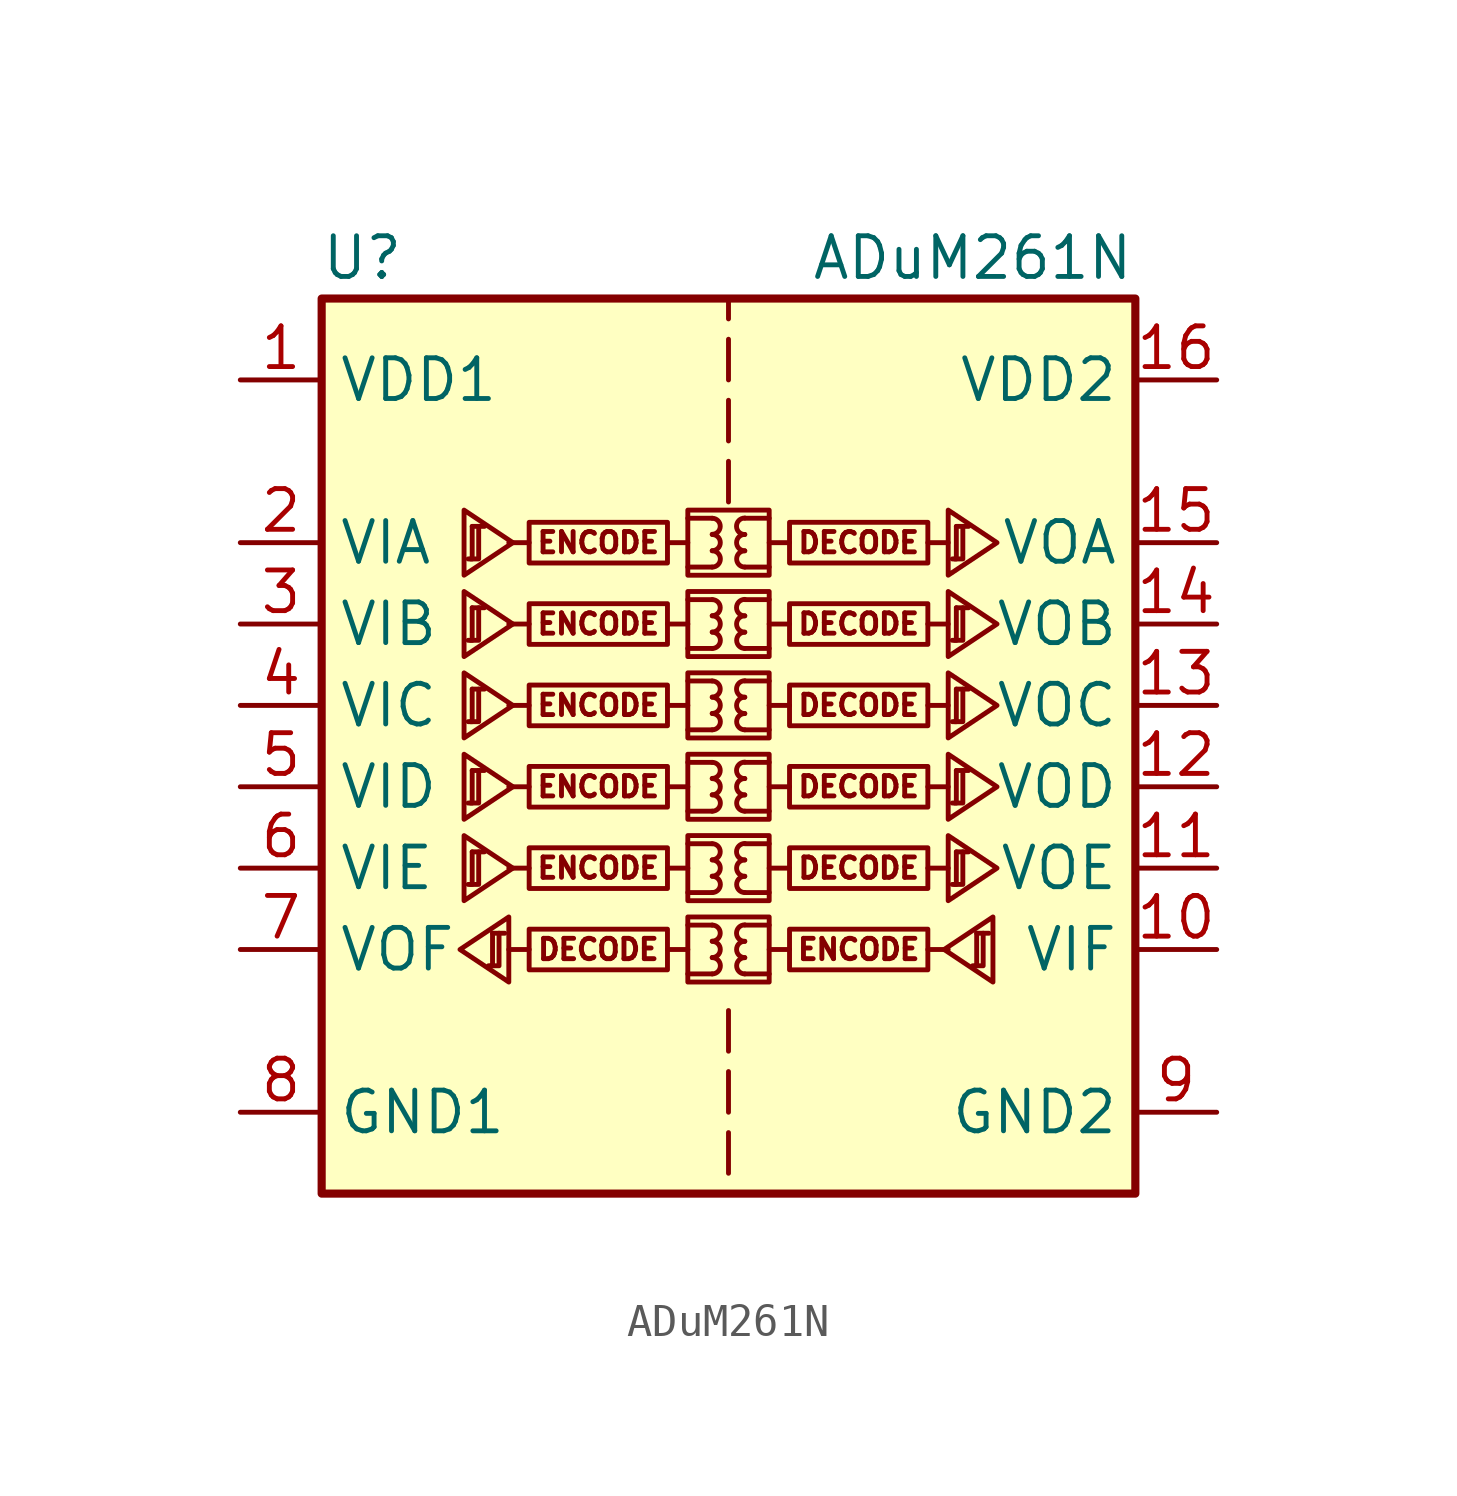
<source format=kicad_sym>
(kicad_symbol_lib
  (version 20201005)
  (generator kicad_symbol_editor)
  (symbol "ADuM261N"
    (property "Reference" "U"
      (at -11.43 16.51 0)
      (effects (font (size 1.27 1.27))))
    (property "Value" "ADuM261N"
      (at 7.62 16.51 0)
      (effects (font (size 1.27 1.27))))
    (symbol "ADuM261N_1_0"
      (arc (start -0.508 -5.842) (end -0.508 -5.334) (radius (at -0.508 -5.588) (length 0.254) (angles -89.9 89.9)) (stroke (width 0)) (fill (type none)))
      (arc (start -0.508 -5.334) (end -0.508 -4.826) (radius (at -0.508 -5.08) (length 0.254) (angles -89.9 89.9)) (stroke (width 0)) (fill (type none)))
      (arc (start -0.508 -4.826) (end -0.508 -4.318) (radius (at -0.508 -4.572) (length 0.254) (angles -89.9 89.9)) (stroke (width 0)) (fill (type none)))
      (arc (start -0.508 -3.302) (end -0.508 -2.794) (radius (at -0.508 -3.048) (length 0.254) (angles -89.9 89.9)) (stroke (width 0)) (fill (type none)))
      (arc (start -0.508 -2.794) (end -0.508 -2.286) (radius (at -0.508 -2.54) (length 0.254) (angles -89.9 89.9)) (stroke (width 0)) (fill (type none)))
      (arc (start -0.508 -2.286) (end -0.508 -1.778) (radius (at -0.508 -2.032) (length 0.254) (angles -89.9 89.9)) (stroke (width 0)) (fill (type none)))
      (arc (start -0.508 -0.762) (end -0.508 -0.254) (radius (at -0.508 -0.508) (length 0.254) (angles -89.9 89.9)) (stroke (width 0)) (fill (type none)))
      (arc (start -0.508 -0.254) (end -0.508 0.254) (radius (at -0.508 0) (length 0.254) (angles -89.9 89.9)) (stroke (width 0)) (fill (type none)))
      (arc (start -0.508 0.254) (end -0.508 0.762) (radius (at -0.508 0.508) (length 0.254) (angles -89.9 89.9)) (stroke (width 0)) (fill (type none)))
      (arc (start -0.508 1.778) (end -0.508 2.286) (radius (at -0.508 2.032) (length 0.254) (angles -89.9 89.9)) (stroke (width 0)) (fill (type none)))
      (arc (start -0.508 2.286) (end -0.508 2.794) (radius (at -0.508 2.54) (length 0.254) (angles -89.9 89.9)) (stroke (width 0)) (fill (type none)))
      (arc (start -0.508 2.794) (end -0.508 3.302) (radius (at -0.508 3.048) (length 0.254) (angles -89.9 89.9)) (stroke (width 0)) (fill (type none)))
      (arc (start -0.508 4.318) (end -0.508 4.826) (radius (at -0.508 4.572) (length 0.254) (angles -89.9 89.9)) (stroke (width 0)) (fill (type none)))
      (arc (start -0.508 4.826) (end -0.508 5.334) (radius (at -0.508 5.08) (length 0.254) (angles -89.9 89.9)) (stroke (width 0)) (fill (type none)))
      (arc (start -0.508 5.334) (end -0.508 5.842) (radius (at -0.508 5.588) (length 0.254) (angles -89.9 89.9)) (stroke (width 0)) (fill (type none)))
      (arc (start -0.508 6.858) (end -0.508 7.366) (radius (at -0.508 7.112) (length 0.254) (angles -89.9 89.9)) (stroke (width 0)) (fill (type none)))
      (arc (start -0.508 7.366) (end -0.508 7.874) (radius (at -0.508 7.62) (length 0.254) (angles -89.9 89.9)) (stroke (width 0)) (fill (type none)))
      (arc (start -0.508 7.874) (end -0.508 8.382) (radius (at -0.508 8.128) (length 0.254) (angles -89.9 89.9)) (stroke (width 0)) (fill (type none)))
      (arc (start 0.508 -5.334) (end 0.508 -5.842) (radius (at 0.508 -5.588) (length 0.254) (angles 90.1 -90.1)) (stroke (width 0)) (fill (type none)))
      (arc (start 0.508 -4.826) (end 0.508 -5.334) (radius (at 0.508 -5.08) (length 0.254) (angles 90.1 -90.1)) (stroke (width 0)) (fill (type none)))
      (arc (start 0.508 -4.318) (end 0.508 -4.826) (radius (at 0.508 -4.572) (length 0.254) (angles 90.1 -90.1)) (stroke (width 0)) (fill (type none)))
      (arc (start 0.508 -2.794) (end 0.508 -3.302) (radius (at 0.508 -3.048) (length 0.254) (angles 90.1 -90.1)) (stroke (width 0)) (fill (type none)))
      (arc (start 0.508 -2.286) (end 0.508 -2.794) (radius (at 0.508 -2.54) (length 0.254) (angles 90.1 -90.1)) (stroke (width 0)) (fill (type none)))
      (arc (start 0.508 -1.778) (end 0.508 -2.286) (radius (at 0.508 -2.032) (length 0.254) (angles 90.1 -90.1)) (stroke (width 0)) (fill (type none)))
      (arc (start 0.508 -0.254) (end 0.508 -0.762) (radius (at 0.508 -0.508) (length 0.254) (angles 90.1 -90.1)) (stroke (width 0)) (fill (type none)))
      (arc (start 0.508 0.254) (end 0.508 -0.254) (radius (at 0.508 0) (length 0.254) (angles 90.1 -90.1)) (stroke (width 0)) (fill (type none)))
      (arc (start 0.508 0.762) (end 0.508 0.254) (radius (at 0.508 0.508) (length 0.254) (angles 90.1 -90.1)) (stroke (width 0)) (fill (type none)))
      (arc (start 0.508 2.286) (end 0.508 1.778) (radius (at 0.508 2.032) (length 0.254) (angles 90.1 -90.1)) (stroke (width 0)) (fill (type none)))
      (arc (start 0.508 2.794) (end 0.508 2.286) (radius (at 0.508 2.54) (length 0.254) (angles 90.1 -90.1)) (stroke (width 0)) (fill (type none)))
      (arc (start 0.508 3.302) (end 0.508 2.794) (radius (at 0.508 3.048) (length 0.254) (angles 90.1 -90.1)) (stroke (width 0)) (fill (type none)))
      (arc (start 0.508 4.826) (end 0.508 4.318) (radius (at 0.508 4.572) (length 0.254) (angles 90.1 -90.1)) (stroke (width 0)) (fill (type none)))
      (arc (start 0.508 5.334) (end 0.508 4.826) (radius (at 0.508 5.08) (length 0.254) (angles 90.1 -90.1)) (stroke (width 0)) (fill (type none)))
      (arc (start 0.508 5.842) (end 0.508 5.334) (radius (at 0.508 5.588) (length 0.254) (angles 90.1 -90.1)) (stroke (width 0)) (fill (type none)))
      (arc (start 0.508 7.366) (end 0.508 6.858) (radius (at 0.508 7.112) (length 0.254) (angles 90.1 -90.1)) (stroke (width 0)) (fill (type none)))
      (arc (start 0.508 7.874) (end 0.508 7.366) (radius (at 0.508 7.62) (length 0.254) (angles 90.1 -90.1)) (stroke (width 0)) (fill (type none)))
      (arc (start 0.508 8.382) (end 0.508 7.874) (radius (at 0.508 8.128) (length 0.254) (angles 90.1 -90.1)) (stroke (width 0)) (fill (type none)))
      (text "DECODE" (at -4.064 -5.08 0) (effects (font (size 0.635 0.635))))
      (text "DECODE" (at 4.064 -2.54 0) (effects (font (size 0.635 0.635))))
      (text "DECODE" (at 4.064 0 0) (effects (font (size 0.635 0.635))))
      (text "DECODE" (at 4.064 2.54 0) (effects (font (size 0.635 0.635))))
      (text "DECODE" (at 4.064 5.08 0) (effects (font (size 0.635 0.635))))
      (text "DECODE" (at 4.064 7.62 0) (effects (font (size 0.635 0.635))))
      (text "ENCODE" (at -4.064 -2.54 0) (effects (font (size 0.635 0.635))))
      (text "ENCODE" (at -4.064 0 0) (effects (font (size 0.635 0.635))))
      (text "ENCODE" (at -4.064 2.54 0) (effects (font (size 0.635 0.635))))
      (text "ENCODE" (at -4.064 5.08 0) (effects (font (size 0.635 0.635))))
      (text "ENCODE" (at -4.064 7.62 0) (effects (font (size 0.635 0.635))))
      (text "ENCODE" (at 4.064 -5.08 0) (effects (font (size 0.635 0.635))))
      (rectangle (start -1.27 -4.064) (end 1.27 -6.096) (stroke (width 0)) (fill (type none)))
      (rectangle (start -1.27 -1.524) (end 1.27 -3.556) (stroke (width 0)) (fill (type none)))
      (rectangle (start -1.27 1.016) (end 1.27 -1.016) (stroke (width 0)) (fill (type none)))
      (rectangle (start -1.27 3.556) (end 1.27 1.524) (stroke (width 0)) (fill (type none)))
      (rectangle (start -1.27 6.096) (end 1.27 4.064) (stroke (width 0)) (fill (type none)))
      (rectangle (start -1.27 8.636) (end 1.27 6.604) (stroke (width 0)) (fill (type none)))
      (rectangle (start 1.905 -4.445) (end 6.223 -5.715) (stroke (width 0)) (fill (type none)))
      (rectangle (start 1.905 -1.905) (end 6.223 -3.175) (stroke (width 0)) (fill (type none)))
      (rectangle (start 1.905 0.635) (end 6.223 -0.635) (stroke (width 0)) (fill (type none)))
      (rectangle (start 1.905 3.175) (end 6.223 1.905) (stroke (width 0)) (fill (type none)))
      (rectangle (start 1.905 5.715) (end 6.223 4.445) (stroke (width 0)) (fill (type none)))
      (rectangle (start 1.905 8.255) (end 6.223 6.985) (stroke (width 0)) (fill (type none)))
      (polyline (pts (xy -6.223 -5.08) (xy -6.858 -5.08)) (stroke (width 0)) (fill (type none)))
      (polyline (pts (xy -6.223 -2.54) (xy -6.858 -2.54)) (stroke (width 0)) (fill (type none)))
      (polyline (pts (xy -6.223 0) (xy -6.858 0)) (stroke (width 0)) (fill (type none)))
      (polyline (pts (xy -6.223 2.54) (xy -6.858 2.54)) (stroke (width 0)) (fill (type none)))
      (polyline (pts (xy -6.223 5.08) (xy -6.858 5.08)) (stroke (width 0)) (fill (type none)))
      (polyline (pts (xy -6.223 7.62) (xy -6.858 7.62)) (stroke (width 0)) (fill (type none)))
      (polyline (pts (xy -1.905 -5.08) (xy -1.27 -5.08)) (stroke (width 0)) (fill (type none)))
      (polyline (pts (xy -1.905 -2.54) (xy -1.27 -2.54)) (stroke (width 0)) (fill (type none)))
      (polyline (pts (xy -1.905 0) (xy -1.27 0)) (stroke (width 0)) (fill (type none)))
      (polyline (pts (xy -1.905 2.54) (xy -1.27 2.54)) (stroke (width 0)) (fill (type none)))
      (polyline (pts (xy -1.905 5.08) (xy -1.27 5.08)) (stroke (width 0)) (fill (type none)))
      (polyline (pts (xy -1.905 7.62) (xy -1.27 7.62)) (stroke (width 0)) (fill (type none)))
      (polyline (pts (xy -1.27 -5.842) (xy -0.508 -5.842)) (stroke (width 0)) (fill (type none)))
      (polyline (pts (xy -1.27 -4.318) (xy -0.508 -4.318)) (stroke (width 0)) (fill (type none)))
      (polyline (pts (xy -1.27 -3.302) (xy -0.508 -3.302)) (stroke (width 0)) (fill (type none)))
      (polyline (pts (xy -1.27 -1.778) (xy -0.508 -1.778)) (stroke (width 0)) (fill (type none)))
      (polyline (pts (xy -1.27 -0.762) (xy -0.508 -0.762)) (stroke (width 0)) (fill (type none)))
      (polyline (pts (xy -1.27 0.762) (xy -0.508 0.762)) (stroke (width 0)) (fill (type none)))
      (polyline (pts (xy -1.27 1.778) (xy -0.508 1.778)) (stroke (width 0)) (fill (type none)))
      (polyline (pts (xy -1.27 3.302) (xy -0.508 3.302)) (stroke (width 0)) (fill (type none)))
      (polyline (pts (xy -1.27 4.318) (xy -0.508 4.318)) (stroke (width 0)) (fill (type none)))
      (polyline (pts (xy -1.27 5.842) (xy -0.508 5.842)) (stroke (width 0)) (fill (type none)))
      (polyline (pts (xy -1.27 6.858) (xy -0.508 6.858)) (stroke (width 0)) (fill (type none)))
      (polyline (pts (xy -1.27 8.382) (xy -0.508 8.382)) (stroke (width 0)) (fill (type none)))
      (polyline (pts (xy 0 -10.795) (xy 0 -12.065)) (stroke (width 0)) (fill (type none)))
      (polyline (pts (xy 0 -8.89) (xy 0 -10.16)) (stroke (width 0)) (fill (type none)))
      (polyline (pts (xy 0 -6.985) (xy 0 -8.255)) (stroke (width 0)) (fill (type none)))
      (polyline (pts (xy 0 8.89) (xy 0 10.16)) (stroke (width 0)) (fill (type none)))
      (polyline (pts (xy 0 12.065) (xy 0 10.795)) (stroke (width 0)) (fill (type none)))
      (polyline (pts (xy 0 13.97) (xy 0 12.7)) (stroke (width 0)) (fill (type none)))
      (polyline (pts (xy 0 14.605) (xy 0 15.24)) (stroke (width 0)) (fill (type none)))
      (polyline (pts (xy 1.27 -5.842) (xy 0.508 -5.842)) (stroke (width 0)) (fill (type none)))
      (polyline (pts (xy 1.27 -4.318) (xy 0.508 -4.318)) (stroke (width 0)) (fill (type none)))
      (polyline (pts (xy 1.27 -3.302) (xy 0.508 -3.302)) (stroke (width 0)) (fill (type none)))
      (polyline (pts (xy 1.27 -1.778) (xy 0.508 -1.778)) (stroke (width 0)) (fill (type none)))
      (polyline (pts (xy 1.27 -0.762) (xy 0.508 -0.762)) (stroke (width 0)) (fill (type none)))
      (polyline (pts (xy 1.27 0.762) (xy 0.508 0.762)) (stroke (width 0)) (fill (type none)))
      (polyline (pts (xy 1.27 1.778) (xy 0.508 1.778)) (stroke (width 0)) (fill (type none)))
      (polyline (pts (xy 1.27 3.302) (xy 0.508 3.302)) (stroke (width 0)) (fill (type none)))
      (polyline (pts (xy 1.27 4.318) (xy 0.508 4.318)) (stroke (width 0)) (fill (type none)))
      (polyline (pts (xy 1.27 5.842) (xy 0.508 5.842)) (stroke (width 0)) (fill (type none)))
      (polyline (pts (xy 1.27 6.858) (xy 0.508 6.858)) (stroke (width 0)) (fill (type none)))
      (polyline (pts (xy 1.27 8.382) (xy 0.508 8.382)) (stroke (width 0)) (fill (type none)))
      (polyline (pts (xy 1.905 -5.08) (xy 1.27 -5.08)) (stroke (width 0)) (fill (type none)))
      (polyline (pts (xy 1.905 -2.54) (xy 1.27 -2.54)) (stroke (width 0)) (fill (type none)))
      (polyline (pts (xy 1.905 0) (xy 1.27 0)) (stroke (width 0)) (fill (type none)))
      (polyline (pts (xy 1.905 2.54) (xy 1.27 2.54)) (stroke (width 0)) (fill (type none)))
      (polyline (pts (xy 1.905 5.08) (xy 1.27 5.08)) (stroke (width 0)) (fill (type none)))
      (polyline (pts (xy 1.905 7.62) (xy 1.27 7.62)) (stroke (width 0)) (fill (type none)))
      (polyline (pts (xy 6.223 -5.08) (xy 6.858 -5.08)) (stroke (width 0)) (fill (type none)))
      (polyline (pts (xy 6.223 -2.54) (xy 6.858 -2.54)) (stroke (width 0)) (fill (type none)))
      (polyline (pts (xy 6.223 0) (xy 6.858 0)) (stroke (width 0)) (fill (type none)))
      (polyline (pts (xy 6.223 2.54) (xy 6.858 2.54)) (stroke (width 0)) (fill (type none)))
      (polyline (pts (xy 6.223 5.08) (xy 6.858 5.08)) (stroke (width 0)) (fill (type none)))
      (polyline (pts (xy 6.223 7.62) (xy 6.858 7.62)) (stroke (width 0)) (fill (type none))))
    (symbol "ADuM261N_1_1"
      (rectangle (start -12.7 15.24) (end 12.7 -12.7) (stroke (width 0.254)) (fill (type background)))
      (rectangle (start -1.905 -4.445) (end -6.223 -5.715) (stroke (width 0)) (fill (type none)))
      (rectangle (start -1.905 -1.905) (end -6.223 -3.175) (stroke (width 0)) (fill (type none)))
      (rectangle (start -1.905 0.635) (end -6.223 -0.635) (stroke (width 0)) (fill (type none)))
      (rectangle (start -1.905 3.175) (end -6.223 1.905) (stroke (width 0)) (fill (type none)))
      (rectangle (start -1.905 5.715) (end -6.223 4.445) (stroke (width 0)) (fill (type none)))
      (rectangle (start -1.905 8.255) (end -6.223 6.985) (stroke (width 0)) (fill (type none)))
      (polyline (pts (xy -8.001 -2.032) (xy -7.62 -2.032)) (stroke (width 0)) (fill (type none)))
      (polyline (pts (xy -8.001 0.508) (xy -7.62 0.508)) (stroke (width 0)) (fill (type none)))
      (polyline (pts (xy -8.001 3.048) (xy -7.62 3.048)) (stroke (width 0)) (fill (type none)))
      (polyline (pts (xy -8.001 5.588) (xy -7.62 5.588)) (stroke (width 0)) (fill (type none)))
      (polyline (pts (xy -8.001 8.128) (xy -7.62 8.128)) (stroke (width 0)) (fill (type none)))
      (polyline (pts (xy -7.366 -4.572) (xy -6.985 -4.572)) (stroke (width 0)) (fill (type none)))
      (polyline (pts (xy 7.112 -2.032) (xy 7.493 -2.032)) (stroke (width 0)) (fill (type none)))
      (polyline (pts (xy 7.112 0.508) (xy 7.493 0.508)) (stroke (width 0)) (fill (type none)))
      (polyline (pts (xy 7.112 3.048) (xy 7.493 3.048)) (stroke (width 0)) (fill (type none)))
      (polyline (pts (xy 7.112 5.588) (xy 7.493 5.588)) (stroke (width 0)) (fill (type none)))
      (polyline (pts (xy 7.112 8.128) (xy 7.493 8.128)) (stroke (width 0)) (fill (type none)))
      (polyline (pts (xy 7.747 -4.572) (xy 8.128 -4.572)) (stroke (width 0)) (fill (type none)))
      (polyline (pts (xy -8.052 -3.048) (xy -7.798 -3.048) (xy -7.798 -2.032)) (stroke (width 0)) (fill (type none)))
      (polyline (pts (xy -8.052 -0.508) (xy -7.798 -0.508) (xy -7.798 0.508)) (stroke (width 0)) (fill (type none)))
      (polyline (pts (xy -8.052 2.032) (xy -7.798 2.032) (xy -7.798 3.048)) (stroke (width 0)) (fill (type none)))
      (polyline (pts (xy -8.052 4.572) (xy -7.798 4.572) (xy -7.798 5.588)) (stroke (width 0)) (fill (type none)))
      (polyline (pts (xy -8.052 7.112) (xy -7.798 7.112) (xy -7.798 8.128)) (stroke (width 0)) (fill (type none)))
      (polyline (pts (xy -8.001 -2.032) (xy -8.001 -3.048) (xy -8.128 -3.048)) (stroke (width 0)) (fill (type none)))
      (polyline (pts (xy -8.001 0.508) (xy -8.001 -0.508) (xy -8.128 -0.508)) (stroke (width 0)) (fill (type none)))
      (polyline (pts (xy -8.001 3.048) (xy -8.001 2.032) (xy -8.128 2.032)) (stroke (width 0)) (fill (type none)))
      (polyline (pts (xy -8.001 5.588) (xy -8.001 4.572) (xy -8.128 4.572)) (stroke (width 0)) (fill (type none)))
      (polyline (pts (xy -8.001 8.128) (xy -8.001 7.112) (xy -8.128 7.112)) (stroke (width 0)) (fill (type none)))
      (polyline (pts (xy -7.417 -5.588) (xy -7.163 -5.588) (xy -7.163 -4.572)) (stroke (width 0)) (fill (type none)))
      (polyline (pts (xy -7.366 -4.572) (xy -7.366 -5.588) (xy -7.493 -5.588)) (stroke (width 0)) (fill (type none)))
      (polyline (pts (xy 7.061 -3.048) (xy 7.315 -3.048) (xy 7.315 -2.032)) (stroke (width 0)) (fill (type none)))
      (polyline (pts (xy 7.061 -0.508) (xy 7.315 -0.508) (xy 7.315 0.508)) (stroke (width 0)) (fill (type none)))
      (polyline (pts (xy 7.061 2.032) (xy 7.315 2.032) (xy 7.315 3.048)) (stroke (width 0)) (fill (type none)))
      (polyline (pts (xy 7.061 4.572) (xy 7.315 4.572) (xy 7.315 5.588)) (stroke (width 0)) (fill (type none)))
      (polyline (pts (xy 7.061 7.112) (xy 7.315 7.112) (xy 7.315 8.128)) (stroke (width 0)) (fill (type none)))
      (polyline (pts (xy 7.112 -2.032) (xy 7.112 -3.048) (xy 6.985 -3.048)) (stroke (width 0)) (fill (type none)))
      (polyline (pts (xy 7.112 0.508) (xy 7.112 -0.508) (xy 6.985 -0.508)) (stroke (width 0)) (fill (type none)))
      (polyline (pts (xy 7.112 3.048) (xy 7.112 2.032) (xy 6.985 2.032)) (stroke (width 0)) (fill (type none)))
      (polyline (pts (xy 7.112 5.588) (xy 7.112 4.572) (xy 6.985 4.572)) (stroke (width 0)) (fill (type none)))
      (polyline (pts (xy 7.112 8.128) (xy 7.112 7.112) (xy 6.985 7.112)) (stroke (width 0)) (fill (type none)))
      (polyline (pts (xy 7.696 -5.588) (xy 7.95 -5.588) (xy 7.95 -4.572)) (stroke (width 0)) (fill (type none)))
      (polyline (pts (xy 7.747 -4.572) (xy 7.747 -5.588) (xy 7.62 -5.588)) (stroke (width 0)) (fill (type none)))
      (polyline (pts (xy -8.382 -5.08) (xy -6.858 -4.064) (xy -6.858 -6.096) (xy -8.382 -5.08)) (stroke (width 0)) (fill (type none)))
      (polyline (pts (xy -6.731 -2.54) (xy -8.255 -1.524) (xy -8.255 -3.556) (xy -6.731 -2.54)) (stroke (width 0)) (fill (type none)))
      (polyline (pts (xy -6.731 0) (xy -8.255 1.016) (xy -8.255 -1.016) (xy -6.731 0)) (stroke (width 0)) (fill (type none)))
      (polyline (pts (xy -6.731 2.54) (xy -8.255 3.556) (xy -8.255 1.524) (xy -6.731 2.54)) (stroke (width 0)) (fill (type none)))
      (polyline (pts (xy -6.731 5.08) (xy -8.255 6.096) (xy -8.255 4.064) (xy -6.731 5.08)) (stroke (width 0)) (fill (type none)))
      (polyline (pts (xy -6.731 7.62) (xy -8.255 8.636) (xy -8.255 6.604) (xy -6.731 7.62)) (stroke (width 0)) (fill (type none)))
      (polyline (pts (xy 6.731 -5.08) (xy 8.255 -4.064) (xy 8.255 -6.096) (xy 6.731 -5.08)) (stroke (width 0)) (fill (type none)))
      (polyline (pts (xy 8.382 -2.54) (xy 6.858 -1.524) (xy 6.858 -3.556) (xy 8.382 -2.54)) (stroke (width 0)) (fill (type none)))
      (polyline (pts (xy 8.382 0) (xy 6.858 1.016) (xy 6.858 -1.016) (xy 8.382 0)) (stroke (width 0)) (fill (type none)))
      (polyline (pts (xy 8.382 2.54) (xy 6.858 3.556) (xy 6.858 1.524) (xy 8.382 2.54)) (stroke (width 0)) (fill (type none)))
      (polyline (pts (xy 8.382 5.08) (xy 6.858 6.096) (xy 6.858 4.064) (xy 8.382 5.08)) (stroke (width 0)) (fill (type none)))
      (polyline (pts (xy 8.382 7.62) (xy 6.858 8.636) (xy 6.858 6.604) (xy 8.382 7.62)) (stroke (width 0)) (fill (type none)))
      (pin power_in line (at -15.24 12.7 0) (length 2.54) (name "VDD1" (effects (font (size 1.27 1.27)))) (number "1" (effects (font (size 1.27 1.27)))))
      (pin input line (at 15.24 -5.08 180) (length 2.54) (name "VIF" (effects (font (size 1.27 1.27)))) (number "10" (effects (font (size 1.27 1.27)))))
      (pin output line (at 15.24 -2.54 180) (length 2.54) (name "VOE" (effects (font (size 1.27 1.27)))) (number "11" (effects (font (size 1.27 1.27)))))
      (pin output line (at 15.24 0 180) (length 2.54) (name "VOD" (effects (font (size 1.27 1.27)))) (number "12" (effects (font (size 1.27 1.27)))))
      (pin output line (at 15.24 2.54 180) (length 2.54) (name "VOC" (effects (font (size 1.27 1.27)))) (number "13" (effects (font (size 1.27 1.27)))))
      (pin output line (at 15.24 5.08 180) (length 2.54) (name "VOB" (effects (font (size 1.27 1.27)))) (number "14" (effects (font (size 1.27 1.27)))))
      (pin output line (at 15.24 7.62 180) (length 2.54) (name "VOA" (effects (font (size 1.27 1.27)))) (number "15" (effects (font (size 1.27 1.27)))))
      (pin power_in line (at 15.24 12.7 180) (length 2.54) (name "VDD2" (effects (font (size 1.27 1.27)))) (number "16" (effects (font (size 1.27 1.27)))))
      (pin input line (at -15.24 7.62 0) (length 2.54) (name "VIA" (effects (font (size 1.27 1.27)))) (number "2" (effects (font (size 1.27 1.27)))))
      (pin input line (at -15.24 5.08 0) (length 2.54) (name "VIB" (effects (font (size 1.27 1.27)))) (number "3" (effects (font (size 1.27 1.27)))))
      (pin input line (at -15.24 2.54 0) (length 2.54) (name "VIC" (effects (font (size 1.27 1.27)))) (number "4" (effects (font (size 1.27 1.27)))))
      (pin input line (at -15.24 0 0) (length 2.54) (name "VID" (effects (font (size 1.27 1.27)))) (number "5" (effects (font (size 1.27 1.27)))))
      (pin input line (at -15.24 -2.54 0) (length 2.54) (name "VIE" (effects (font (size 1.27 1.27)))) (number "6" (effects (font (size 1.27 1.27)))))
      (pin output line (at -15.24 -5.08 0) (length 2.54) (name "VOF" (effects (font (size 1.27 1.27)))) (number "7" (effects (font (size 1.27 1.27)))))
      (pin power_in line (at -15.24 -10.16 0) (length 2.54) (name "GND1" (effects (font (size 1.27 1.27)))) (number "8" (effects (font (size 1.27 1.27)))))
      (pin power_in line (at 15.24 -10.16 180) (length 2.54) (name "GND2" (effects (font (size 1.27 1.27)))) (number "9" (effects (font (size 1.27 1.27))))))))
</source>
